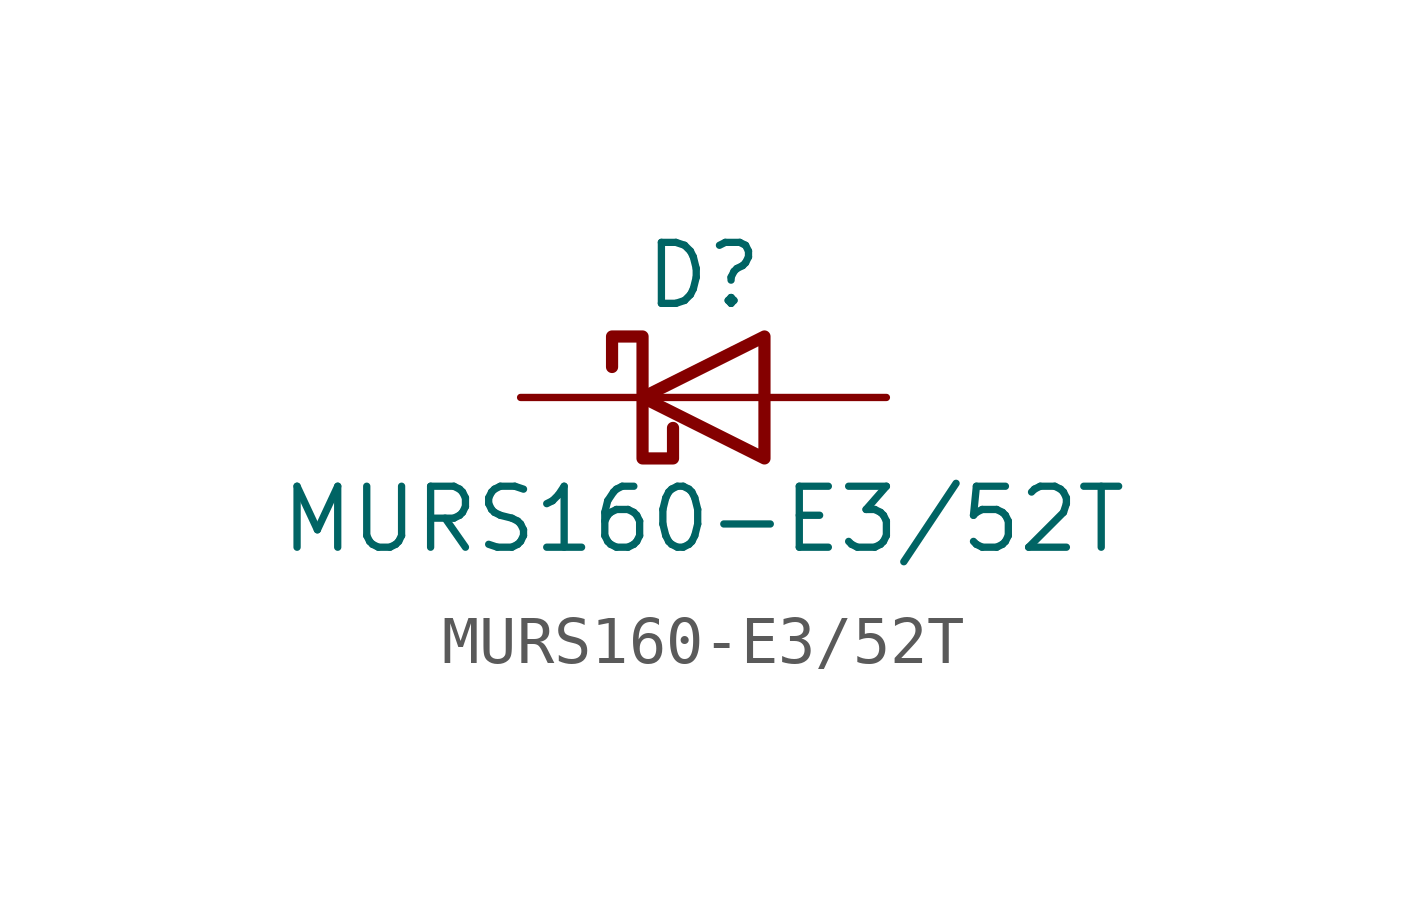
<source format=kicad_sym>
(kicad_symbol_lib
  (version 20241209)
  (generator "kicad_symbol_editor")
  (generator_version "9.0")
  (symbol "MURS160-E3/52T"
    (pin_numbers
      (hide yes))
    (pin_names
      (offset 1.016)
      (hide yes))
    (property "Reference" "D"
      (at 0 2.54 0)
      (effects (font (size 1.27 1.27))))
    (property "Value" "MURS160-E3/52T"
      (at 0 -2.54 0)
      (effects (font (size 1.27 1.27))))
    (symbol "MURS160-E3/52T_0_1"
      (polyline (pts (xy -1.905 0.635) (xy -1.905 1.27) (xy -1.27 1.27) (xy -1.27 -1.27) (xy -0.635 -1.27) (xy -0.635 -0.635)) (stroke (width 0.254) (type default)) (fill (type none)))
      (polyline (pts (xy 1.27 1.27) (xy 1.27 -1.27) (xy -1.27 0) (xy 1.27 1.27)) (stroke (width 0.254) (type default)) (fill (type none)))
      (polyline (pts (xy 1.27 0) (xy -1.27 0)) (stroke (width 0) (type default)) (fill (type none))))
    (symbol "MURS160-E3/52T_1_1"
      (pin passive line (at -3.81 0 0) (length 2.54) (name "K" (effects (font (size 1.27 1.27)))) (number "1" (effects (font (size 1.27 1.27)))))
      (pin passive line (at 3.81 0 180) (length 2.54) (name "A" (effects (font (size 1.27 1.27)))) (number "2" (effects (font (size 1.27 1.27))))))))
</source>
